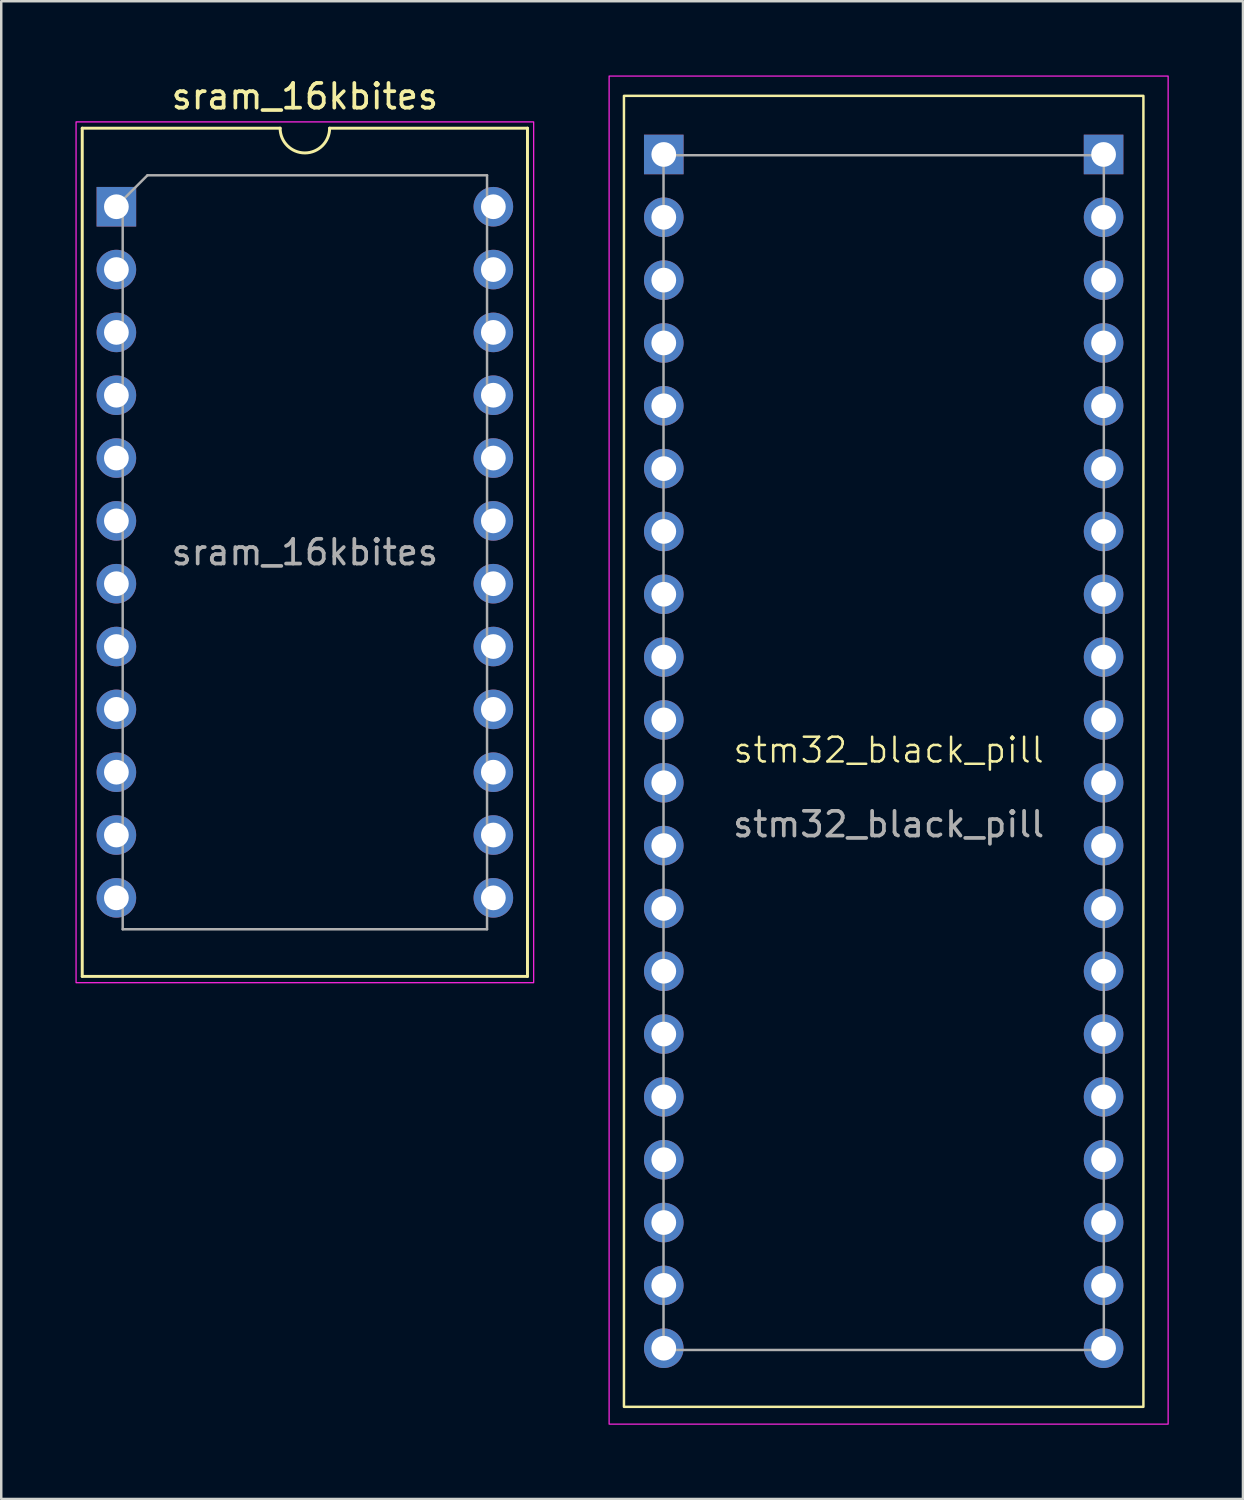
<source format=kicad_pcb>
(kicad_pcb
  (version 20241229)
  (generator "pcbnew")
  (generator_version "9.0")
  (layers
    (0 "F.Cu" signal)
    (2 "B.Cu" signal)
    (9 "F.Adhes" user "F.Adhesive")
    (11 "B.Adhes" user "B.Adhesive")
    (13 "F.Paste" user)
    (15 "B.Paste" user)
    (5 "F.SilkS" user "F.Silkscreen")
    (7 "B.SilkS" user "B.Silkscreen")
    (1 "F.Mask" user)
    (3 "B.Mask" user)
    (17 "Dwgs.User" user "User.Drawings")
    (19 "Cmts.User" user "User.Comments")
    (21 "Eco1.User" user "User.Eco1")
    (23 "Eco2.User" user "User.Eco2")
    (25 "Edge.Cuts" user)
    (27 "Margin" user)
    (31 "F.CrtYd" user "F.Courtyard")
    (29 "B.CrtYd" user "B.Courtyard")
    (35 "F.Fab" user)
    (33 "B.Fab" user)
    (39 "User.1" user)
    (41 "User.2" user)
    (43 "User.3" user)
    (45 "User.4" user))
  (footprint "stm32_black_pill"
    (layer "F.Cu")
    (at 22.175 53.825)
    (property "Reference" "stm32_black_pill" (at 10.7 -26.55 0) (unlocked yes) (layer "F.SilkS") (effects (font (size 1 1) (thickness 0.1))))
    (attr through_hole)
    (fp_rect (start 0 -53) (end 21 0) (stroke (width 0.1) (type solid)) (fill no) (layer "F.SilkS"))
    (fp_rect (start -0.6 -53.8) (end 22 0.7) (stroke (width 0.05) (type default)) (fill no) (layer "F.CrtYd"))
    (fp_rect (start 1.6 -50.6) (end 19.4 -2.3) (stroke (width 0.1) (type default)) (fill no) (layer "F.Fab"))
    (fp_text user "${REFERENCE}" (at 10.7 -23.55 0) (unlocked yes) (layer "F.Fab") (effects (font (size 1 1) (thickness 0.15))))
    (pad "1" thru_hole rect (at 1.61 -50.63) (size 1.6 1.6) (drill 1) (layers "*.Cu" "*.Mask"))
    (pad "2" thru_hole circle (at 1.61 -48.09) (size 1.6 1.6) (drill 1) (layers "*.Cu" "*.Mask"))
    (pad "3" thru_hole circle (at 1.61 -45.55) (size 1.6 1.6) (drill 1) (layers "*.Cu" "*.Mask"))
    (pad "4" thru_hole circle (at 1.61 -43.01) (size 1.6 1.6) (drill 1) (layers "*.Cu" "*.Mask"))
    (pad "5" thru_hole circle (at 1.61 -40.47) (size 1.6 1.6) (drill 1) (layers "*.Cu" "*.Mask"))
    (pad "6" thru_hole circle (at 1.61 -37.93) (size 1.6 1.6) (drill 1) (layers "*.Cu" "*.Mask"))
    (pad "7" thru_hole circle (at 1.61 -35.39) (size 1.6 1.6) (drill 1) (layers "*.Cu" "*.Mask"))
    (pad "8" thru_hole circle (at 1.61 -32.85) (size 1.6 1.6) (drill 1) (layers "*.Cu" "*.Mask"))
    (pad "9" thru_hole circle (at 1.61 -30.31) (size 1.6 1.6) (drill 1) (layers "*.Cu" "*.Mask"))
    (pad "10" thru_hole circle (at 1.61 -27.77) (size 1.6 1.6) (drill 1) (layers "*.Cu" "*.Mask"))
    (pad "11" thru_hole circle (at 1.61 -25.23) (size 1.6 1.6) (drill 1) (layers "*.Cu" "*.Mask"))
    (pad "12" thru_hole circle (at 1.61 -22.69) (size 1.6 1.6) (drill 1) (layers "*.Cu" "*.Mask"))
    (pad "13" thru_hole circle (at 1.61 -20.15) (size 1.6 1.6) (drill 1) (layers "*.Cu" "*.Mask"))
    (pad "14" thru_hole circle (at 1.61 -17.61) (size 1.6 1.6) (drill 1) (layers "*.Cu" "*.Mask"))
    (pad "15" thru_hole circle (at 1.61 -15.07) (size 1.6 1.6) (drill 1) (layers "*.Cu" "*.Mask"))
    (pad "16" thru_hole circle (at 1.61 -12.53) (size 1.6 1.6) (drill 1) (layers "*.Cu" "*.Mask"))
    (pad "17" thru_hole circle (at 1.61 -9.99) (size 1.6 1.6) (drill 1) (layers "*.Cu" "*.Mask"))
    (pad "18" thru_hole circle (at 1.61 -7.45) (size 1.6 1.6) (drill 1) (layers "*.Cu" "*.Mask"))
    (pad "19" thru_hole circle (at 1.61 -4.91) (size 1.6 1.6) (drill 1) (layers "*.Cu" "*.Mask"))
    (pad "20" thru_hole circle (at 1.61 -2.37) (size 1.6 1.6) (drill 1) (layers "*.Cu" "*.Mask"))
    (pad "21" thru_hole rect (at 19.39 -50.63) (size 1.6 1.6) (drill 1) (layers "*.Cu" "*.Mask"))
    (pad "22" thru_hole circle (at 19.39 -48.09) (size 1.6 1.6) (drill 1) (layers "*.Cu" "*.Mask"))
    (pad "23" thru_hole circle (at 19.39 -45.55) (size 1.6 1.6) (drill 1) (layers "*.Cu" "*.Mask"))
    (pad "24" thru_hole circle (at 19.39 -43.01) (size 1.6 1.6) (drill 1) (layers "*.Cu" "*.Mask"))
    (pad "25" thru_hole circle (at 19.39 -40.47) (size 1.6 1.6) (drill 1) (layers "*.Cu" "*.Mask"))
    (pad "26" thru_hole circle (at 19.39 -37.93) (size 1.6 1.6) (drill 1) (layers "*.Cu" "*.Mask"))
    (pad "27" thru_hole circle (at 19.39 -35.39) (size 1.6 1.6) (drill 1) (layers "*.Cu" "*.Mask"))
    (pad "28" thru_hole circle (at 19.39 -32.85) (size 1.6 1.6) (drill 1) (layers "*.Cu" "*.Mask"))
    (pad "29" thru_hole circle (at 19.39 -30.31) (size 1.6 1.6) (drill 1) (layers "*.Cu" "*.Mask"))
    (pad "30" thru_hole circle (at 19.39 -27.77) (size 1.6 1.6) (drill 1) (layers "*.Cu" "*.Mask"))
    (pad "31" thru_hole circle (at 19.39 -25.23) (size 1.6 1.6) (drill 1) (layers "*.Cu" "*.Mask"))
    (pad "32" thru_hole circle (at 19.39 -22.69) (size 1.6 1.6) (drill 1) (layers "*.Cu" "*.Mask"))
    (pad "33" thru_hole circle (at 19.39 -20.15) (size 1.6 1.6) (drill 1) (layers "*.Cu" "*.Mask"))
    (pad "34" thru_hole circle (at 19.39 -17.61) (size 1.6 1.6) (drill 1) (layers "*.Cu" "*.Mask"))
    (pad "35" thru_hole circle (at 19.39 -15.07) (size 1.6 1.6) (drill 1) (layers "*.Cu" "*.Mask"))
    (pad "36" thru_hole circle (at 19.39 -12.53) (size 1.6 1.6) (drill 1) (layers "*.Cu" "*.Mask"))
    (pad "37" thru_hole circle (at 19.39 -9.99) (size 1.6 1.6) (drill 1) (layers "*.Cu" "*.Mask"))
    (pad "38" thru_hole circle (at 19.39 -7.45) (size 1.6 1.6) (drill 1) (layers "*.Cu" "*.Mask"))
    (pad "39" thru_hole circle (at 19.39 -4.91) (size 1.6 1.6) (drill 1) (layers "*.Cu" "*.Mask"))
    (pad "40" thru_hole circle (at 19.39 -2.37) (size 1.6 1.6) (drill 1) (layers "*.Cu" "*.Mask")))
  (footprint "sram_16kbites"
    (layer "F.Cu")
    (at 1.655 5.308)
    (property "Reference" "sram_16kbites" (at 7.62 -4.46 0) (layer "F.SilkS") (effects (font (size 1 1) (thickness 0.15))))
    (attr through_hole)
    (fp_line (start -1.38 -3.175) (end -1.38 31.115) (stroke (width 0.12) (type solid)) (layer "F.SilkS"))
    (fp_line (start -1.38 31.115) (end 16.62 31.115) (stroke (width 0.12) (type solid)) (layer "F.SilkS"))
    (fp_line (start 6.62 -3.175) (end -1.38 -3.175) (stroke (width 0.12) (type solid)) (layer "F.SilkS"))
    (fp_line (start 16.62 -3.175) (end 8.62 -3.175) (stroke (width 0.12) (type solid)) (layer "F.SilkS"))
    (fp_line (start 16.62 31.115) (end 16.62 -3.175) (stroke (width 0.12) (type solid)) (layer "F.SilkS"))
    (fp_arc (start 8.62 -3.175) (mid 7.62 -2.175) (end 6.62 -3.175) (stroke (width 0.12) (type solid)) (layer "F.SilkS"))
    (fp_rect (start -1.63 -3.43) (end 16.87 31.37) (stroke (width 0.05) (type default)) (fill no) (layer "F.CrtYd"))
    (fp_line (start 0.255 -0.27) (end 1.255 -1.27) (stroke (width 0.1) (type solid)) (layer "F.Fab"))
    (fp_line (start 0.255 29.21) (end 0.255 -0.27) (stroke (width 0.1) (type solid)) (layer "F.Fab"))
    (fp_line (start 1.255 -1.27) (end 14.985 -1.27) (stroke (width 0.1) (type solid)) (layer "F.Fab"))
    (fp_line (start 14.985 -1.27) (end 14.985 29.21) (stroke (width 0.1) (type solid)) (layer "F.Fab"))
    (fp_line (start 14.985 29.21) (end 0.255 29.21) (stroke (width 0.1) (type solid)) (layer "F.Fab"))
    (fp_text user "${REFERENCE}" (at 7.62 13.97 0) (layer "F.Fab") (effects (font (size 1 1) (thickness 0.15))))
    (pad "1" thru_hole rect (at 0 0) (size 1.6 1.6) (drill 1) (layers "*.Cu" "*.Mask"))
    (pad "2" thru_hole oval (at 0 2.54) (size 1.6 1.6) (drill 1) (layers "*.Cu" "*.Mask"))
    (pad "3" thru_hole oval (at 0 5.08) (size 1.6 1.6) (drill 1) (layers "*.Cu" "*.Mask"))
    (pad "4" thru_hole oval (at 0 7.62) (size 1.6 1.6) (drill 1) (layers "*.Cu" "*.Mask"))
    (pad "5" thru_hole oval (at 0 10.16) (size 1.6 1.6) (drill 1) (layers "*.Cu" "*.Mask"))
    (pad "6" thru_hole oval (at 0 12.7) (size 1.6 1.6) (drill 1) (layers "*.Cu" "*.Mask"))
    (pad "7" thru_hole oval (at 0 15.24) (size 1.6 1.6) (drill 1) (layers "*.Cu" "*.Mask"))
    (pad "8" thru_hole oval (at 0 17.78) (size 1.6 1.6) (drill 1) (layers "*.Cu" "*.Mask"))
    (pad "9" thru_hole oval (at 0 20.32) (size 1.6 1.6) (drill 1) (layers "*.Cu" "*.Mask"))
    (pad "10" thru_hole oval (at 0 22.86) (size 1.6 1.6) (drill 1) (layers "*.Cu" "*.Mask"))
    (pad "11" thru_hole oval (at 0 25.4) (size 1.6 1.6) (drill 1) (layers "*.Cu" "*.Mask"))
    (pad "12" thru_hole oval (at 0 27.94) (size 1.6 1.6) (drill 1) (layers "*.Cu" "*.Mask"))
    (pad "13" thru_hole oval (at 15.24 27.94) (size 1.6 1.6) (drill 1) (layers "*.Cu" "*.Mask"))
    (pad "14" thru_hole oval (at 15.24 25.4) (size 1.6 1.6) (drill 1) (layers "*.Cu" "*.Mask"))
    (pad "15" thru_hole oval (at 15.24 22.86) (size 1.6 1.6) (drill 1) (layers "*.Cu" "*.Mask"))
    (pad "16" thru_hole oval (at 15.24 20.32) (size 1.6 1.6) (drill 1) (layers "*.Cu" "*.Mask"))
    (pad "17" thru_hole oval (at 15.24 17.78) (size 1.6 1.6) (drill 1) (layers "*.Cu" "*.Mask"))
    (pad "18" thru_hole oval (at 15.24 15.24) (size 1.6 1.6) (drill 1) (layers "*.Cu" "*.Mask"))
    (pad "19" thru_hole oval (at 15.24 12.7) (size 1.6 1.6) (drill 1) (layers "*.Cu" "*.Mask"))
    (pad "20" thru_hole oval (at 15.24 10.16) (size 1.6 1.6) (drill 1) (layers "*.Cu" "*.Mask"))
    (pad "21" thru_hole oval (at 15.24 7.62) (size 1.6 1.6) (drill 1) (layers "*.Cu" "*.Mask"))
    (pad "22" thru_hole oval (at 15.24 5.08) (size 1.6 1.6) (drill 1) (layers "*.Cu" "*.Mask"))
    (pad "23" thru_hole oval (at 15.24 2.54) (size 1.6 1.6) (drill 1) (layers "*.Cu" "*.Mask"))
    (pad "24" thru_hole oval (at 15.24 0) (size 1.6 1.6) (drill 1) (layers "*.Cu" "*.Mask")))
  (gr_rect
    (start -3 -3)
    (end 47.2 57.55)
    (stroke (width 0.1) (type default))
    (fill no)
    (layer "Edge.Cuts")))
</source>
